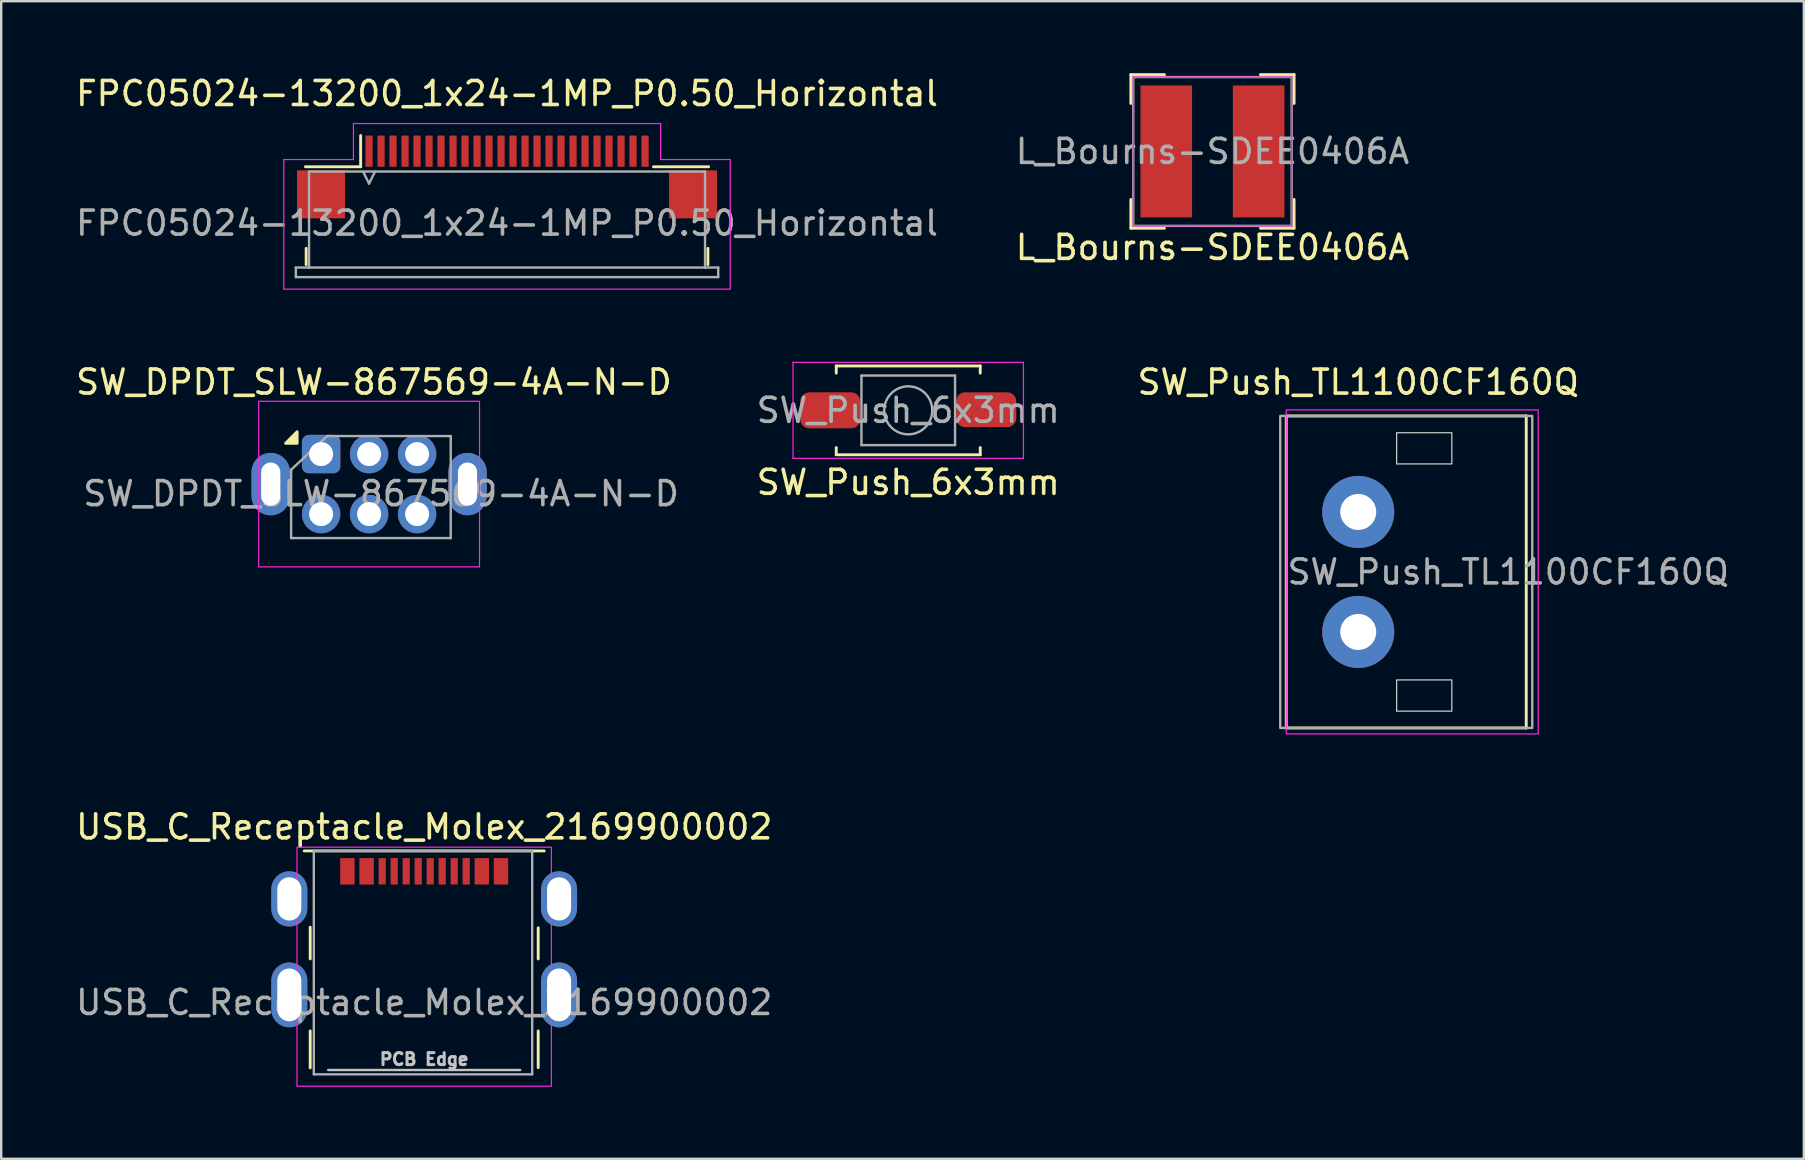
<source format=kicad_pcb>
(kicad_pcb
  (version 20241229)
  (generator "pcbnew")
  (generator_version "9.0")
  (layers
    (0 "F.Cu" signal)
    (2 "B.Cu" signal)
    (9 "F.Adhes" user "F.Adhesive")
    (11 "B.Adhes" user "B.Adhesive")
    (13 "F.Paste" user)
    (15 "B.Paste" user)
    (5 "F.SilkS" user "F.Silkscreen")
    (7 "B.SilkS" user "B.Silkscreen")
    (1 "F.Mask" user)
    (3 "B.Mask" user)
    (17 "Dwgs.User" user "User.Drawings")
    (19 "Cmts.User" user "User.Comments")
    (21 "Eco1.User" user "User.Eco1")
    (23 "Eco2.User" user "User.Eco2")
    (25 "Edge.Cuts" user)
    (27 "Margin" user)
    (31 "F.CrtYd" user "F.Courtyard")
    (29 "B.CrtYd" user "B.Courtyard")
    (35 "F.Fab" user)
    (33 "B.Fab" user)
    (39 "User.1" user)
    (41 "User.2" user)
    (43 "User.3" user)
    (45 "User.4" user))
  (footprint "SW_Push_TL1100CF160Q"
    (layer "F.Cu")
    (at 53.544 20.782)
    (property "Reference" "SW_Push_TL1100CF160Q" (at 0 -7.91 0) (layer "F.SilkS") (effects (font (size 1 1) (thickness 0.15))))
    (attr through_hole)
    (fp_line (start -3 -6.5) (end -3 6.5) (stroke (width 0.12) (type default)) (layer "F.SilkS"))
    (fp_line (start -3 -6.5) (end 7 -6.5) (stroke (width 0.12) (type default)) (layer "F.SilkS"))
    (fp_line (start 7 -6.5) (end 7 6.5) (stroke (width 0.12) (type default)) (layer "F.SilkS"))
    (fp_line (start 7 6.5) (end -3 6.5) (stroke (width 0.12) (type default)) (layer "F.SilkS"))
    (fp_rect (start 1.6 -5.8) (end 3.9 -4.5) (stroke (width 0.05) (type default)) (fill no) (layer "Edge.Cuts"))
    (fp_rect (start 1.6 4.5) (end 3.9 5.8) (stroke (width 0.05) (type default)) (fill no) (layer "Edge.Cuts"))
    (fp_rect (start -3 -6.75) (end 7.5 6.75) (stroke (width 0.05) (type default)) (fill no) (layer "F.CrtYd"))
    (fp_rect (start -3.25 -6.5) (end 7.25 6.5) (stroke (width 0.1) (type default)) (fill no) (layer "F.Fab"))
    (fp_text user "${REFERENCE}" (at 6.25 0 0) (layer "F.Fab") (effects (font (size 1 1) (thickness 0.15))))
    (pad "1" thru_hole circle (at 0 -2.5) (size 3 3) (drill 1.5) (layers "*.Cu" "*.Mask"))
    (pad "2" thru_hole circle (at 0 2.5) (size 3 3) (drill 1.5) (layers "*.Cu" "*.Mask")))
  (footprint "FPC05024-13200_1x24-1MP_P0.50_Horizontal"
    (layer "F.Cu")
    (at 18.077 4.848)
    (property "Reference" "FPC05024-13200_1x24-1MP_P0.50_Horizontal" (at 0 -4 0) (layer "F.SilkS") (effects (font (size 1 1) (thickness 0.15))))
    (attr smd)
    (fp_line (start -8.37 2.45) (end -8.37 3.13) (stroke (width 0.12) (type solid)) (layer "F.SilkS"))
    (fp_line (start -6.1 -0.95) (end -8.4 -0.95) (stroke (width 0.12) (type solid)) (layer "F.SilkS"))
    (fp_line (start -6.1 -0.95) (end -6.1 -2.25) (stroke (width 0.12) (type solid)) (layer "F.SilkS"))
    (fp_line (start 6.1 -0.95) (end 8.4 -0.95) (stroke (width 0.12) (type solid)) (layer "F.SilkS"))
    (fp_line (start 8.37 2.45) (end 8.37 3.13) (stroke (width 0.12) (type solid)) (layer "F.SilkS"))
    (fp_line (start -9.3 -1.25) (end -9.3 4.15) (stroke (width 0.05) (type solid)) (layer "F.CrtYd"))
    (fp_line (start -9.3 4.15) (end 9.3 4.15) (stroke (width 0.05) (type solid)) (layer "F.CrtYd"))
    (fp_line (start -6.4 -2.75) (end -6.4 -1.25) (stroke (width 0.05) (type solid)) (layer "F.CrtYd"))
    (fp_line (start -6.4 -1.25) (end -9.3 -1.25) (stroke (width 0.05) (type solid)) (layer "F.CrtYd"))
    (fp_line (start 6.4 -2.75) (end -6.4 -2.75) (stroke (width 0.05) (type solid)) (layer "F.CrtYd"))
    (fp_line (start 6.4 -1.25) (end 6.4 -2.75) (stroke (width 0.05) (type solid)) (layer "F.CrtYd"))
    (fp_line (start 9.3 -1.25) (end 6.4 -1.25) (stroke (width 0.05) (type solid)) (layer "F.CrtYd"))
    (fp_line (start 9.3 4.15) (end 9.3 -1.25) (stroke (width 0.05) (type solid)) (layer "F.CrtYd"))
    (fp_line (start -8.8 3.25) (end -8.8 3.65) (stroke (width 0.1) (type solid)) (layer "F.Fab"))
    (fp_line (start -8.8 3.65) (end 8.8 3.65) (stroke (width 0.1) (type solid)) (layer "F.Fab"))
    (fp_line (start -8.25 -0.75) (end 8.25 -0.75) (stroke (width 0.1) (type solid)) (layer "F.Fab"))
    (fp_line (start -8.25 3.25) (end -8.8 3.25) (stroke (width 0.1) (type solid)) (layer "F.Fab"))
    (fp_line (start -8.25 3.25) (end -8.25 -0.75) (stroke (width 0.1) (type solid)) (layer "F.Fab"))
    (fp_line (start -6 -0.75) (end -5.75 -0.25) (stroke (width 0.1) (type solid)) (layer "F.Fab"))
    (fp_line (start -5.75 -0.25) (end -5.5 -0.75) (stroke (width 0.1) (type solid)) (layer "F.Fab"))
    (fp_line (start 8.25 3.25) (end -8.25 3.25) (stroke (width 0.1) (type solid)) (layer "F.Fab"))
    (fp_line (start 8.25 3.25) (end 8.25 -0.75) (stroke (width 0.1) (type solid)) (layer "F.Fab"))
    (fp_line (start 8.8 3.25) (end 8.25 3.25) (stroke (width 0.1) (type solid)) (layer "F.Fab"))
    (fp_line (start 8.8 3.65) (end 8.8 3.25) (stroke (width 0.1) (type solid)) (layer "F.Fab"))
    (fp_text user "${REFERENCE}" (at 0 1.4 0) (unlocked yes) (layer "F.Fab") (effects (font (size 1 1) (thickness 0.15))))
    (pad "1" smd rect (at -5.75 -1.6) (size 0.3 1.3) (layers "F.Cu" "F.Mask" "F.Paste"))
    (pad "2" smd rect (at -5.25 -1.6) (size 0.3 1.3) (layers "F.Cu" "F.Mask" "F.Paste"))
    (pad "3" smd rect (at -4.75 -1.6) (size 0.3 1.3) (layers "F.Cu" "F.Mask" "F.Paste"))
    (pad "4" smd rect (at -4.25 -1.6) (size 0.3 1.3) (layers "F.Cu" "F.Mask" "F.Paste"))
    (pad "5" smd rect (at -3.75 -1.6) (size 0.3 1.3) (layers "F.Cu" "F.Mask" "F.Paste"))
    (pad "6" smd rect (at -3.25 -1.6) (size 0.3 1.3) (layers "F.Cu" "F.Mask" "F.Paste"))
    (pad "7" smd rect (at -2.75 -1.6) (size 0.3 1.3) (layers "F.Cu" "F.Mask" "F.Paste"))
    (pad "8" smd rect (at -2.25 -1.6) (size 0.3 1.3) (layers "F.Cu" "F.Mask" "F.Paste"))
    (pad "9" smd rect (at -1.75 -1.6) (size 0.3 1.3) (layers "F.Cu" "F.Mask" "F.Paste"))
    (pad "10" smd rect (at -1.25 -1.6) (size 0.3 1.3) (layers "F.Cu" "F.Mask" "F.Paste"))
    (pad "11" smd rect (at -0.75 -1.6) (size 0.3 1.3) (layers "F.Cu" "F.Mask" "F.Paste"))
    (pad "12" smd rect (at -0.25 -1.6) (size 0.3 1.3) (layers "F.Cu" "F.Mask" "F.Paste"))
    (pad "13" smd rect (at 0.25 -1.6) (size 0.3 1.3) (layers "F.Cu" "F.Mask" "F.Paste"))
    (pad "14" smd rect (at 0.75 -1.6) (size 0.3 1.3) (layers "F.Cu" "F.Mask" "F.Paste"))
    (pad "15" smd rect (at 1.25 -1.6) (size 0.3 1.3) (layers "F.Cu" "F.Mask" "F.Paste"))
    (pad "16" smd rect (at 1.75 -1.6) (size 0.3 1.3) (layers "F.Cu" "F.Mask" "F.Paste"))
    (pad "17" smd rect (at 2.25 -1.6) (size 0.3 1.3) (layers "F.Cu" "F.Mask" "F.Paste"))
    (pad "18" smd rect (at 2.75 -1.6) (size 0.3 1.3) (layers "F.Cu" "F.Mask" "F.Paste"))
    (pad "19" smd rect (at 3.25 -1.6) (size 0.3 1.3) (layers "F.Cu" "F.Mask" "F.Paste"))
    (pad "20" smd rect (at 3.75 -1.6) (size 0.3 1.3) (layers "F.Cu" "F.Mask" "F.Paste"))
    (pad "21" smd rect (at 4.25 -1.6) (size 0.3 1.3) (layers "F.Cu" "F.Mask" "F.Paste"))
    (pad "22" smd rect (at 4.75 -1.6) (size 0.3 1.3) (layers "F.Cu" "F.Mask" "F.Paste"))
    (pad "23" smd rect (at 5.25 -1.6) (size 0.3 1.3) (layers "F.Cu" "F.Mask" "F.Paste"))
    (pad "24" smd rect (at 5.75 -1.6) (size 0.3 1.3) (layers "F.Cu" "F.Mask" "F.Paste"))
    (pad "MP" smd rect (at -7.75 0.2) (size 2 2) (layers "F.Cu" "F.Mask" "F.Paste"))
    (pad "MP" smd rect (at 7.75 0.2) (size 2 2) (layers "F.Cu" "F.Mask" "F.Paste")))
  (footprint "SW_Push_6x3mm"
    (layer "F.Cu")
    (at 34.794 14.048)
    (property "Reference" "SW_Push_6x3mm" (at 0 3 0) (layer "F.SilkS") (effects (font (size 1 1) (thickness 0.15))))
    (attr smd)
    (fp_line (start -3 -1.85) (end 3 -1.85) (stroke (width 0.12) (type solid)) (layer "F.SilkS"))
    (fp_line (start -3 -1.55) (end -3 -1.85) (stroke (width 0.12) (type solid)) (layer "F.SilkS"))
    (fp_line (start -3 1.85) (end -3 1.55) (stroke (width 0.12) (type solid)) (layer "F.SilkS"))
    (fp_line (start 3 -1.85) (end 3 -1.55) (stroke (width 0.12) (type solid)) (layer "F.SilkS"))
    (fp_line (start 3 1.55) (end 3 1.85) (stroke (width 0.12) (type solid)) (layer "F.SilkS"))
    (fp_line (start 3 1.85) (end -3 1.85) (stroke (width 0.12) (type solid)) (layer "F.SilkS"))
    (fp_line (start -4.8 -2) (end 4.8 -2) (stroke (width 0.05) (type solid)) (layer "F.CrtYd"))
    (fp_line (start -4.8 2) (end -4.8 -2) (stroke (width 0.05) (type solid)) (layer "F.CrtYd"))
    (fp_line (start 4.8 -2) (end 4.8 2) (stroke (width 0.05) (type solid)) (layer "F.CrtYd"))
    (fp_line (start 4.8 2) (end -4.8 2) (stroke (width 0.05) (type solid)) (layer "F.CrtYd"))
    (fp_line (start -1.95 -1.45) (end 1.95 -1.45) (stroke (width 0.1) (type solid)) (layer "F.Fab"))
    (fp_line (start -1.95 1.45) (end -1.95 -1.45) (stroke (width 0.1) (type solid)) (layer "F.Fab"))
    (fp_line (start 1.95 -1.45) (end 1.95 1.45) (stroke (width 0.1) (type solid)) (layer "F.Fab"))
    (fp_line (start 1.95 1.45) (end -1.95 1.45) (stroke (width 0.1) (type solid)) (layer "F.Fab"))
    (fp_circle (center 0 0) (end 1 0) (stroke (width 0.1) (type solid)) (fill no) (layer "F.Fab"))
    (fp_text user "${REFERENCE}" (at 0 0 0) (layer "F.Fab") (effects (font (size 1 1) (thickness 0.15))))
    (pad "1" smd roundrect (at -3.25 0) (size 2.5 1.5) (layers "F.Cu" "F.Mask" "F.Paste") (roundrect_rratio 0.25))
    (pad "2" smd roundrect (at 3.25 -0.025) (size 2.5 1.45) (layers "F.Cu" "F.Mask" "F.Paste") (roundrect_rratio 0.25)))
  (footprint "SW_DPDT_SLW-867569-4A-N-D"
    (layer "F.Cu")
    (at 10.33 15.871)
    (property "Reference" "SW_DPDT_SLW-867569-4A-N-D" (at 2.2 -3 0) (layer "F.SilkS") (effects (font (size 1 1) (thickness 0.15))))
    (attr through_hole)
    (fp_poly (pts (xy -1 -0.45) (xy -1.48 -0.45) (xy -1 -0.93) (xy -1 -0.45)) (stroke (width 0.12) (type solid)) (fill yes) (layer "F.SilkS"))
    (fp_rect (start -2.6 -2.2) (end 6.6 4.7) (stroke (width 0.05) (type default)) (fill no) (layer "F.CrtYd"))
    (fp_line (start -1.25 3.5) (end -1.25 0.65) (stroke (width 0.1) (type solid)) (layer "F.Fab"))
    (fp_line (start 0.25 -0.75) (end -1.25 0.65) (stroke (width 0.1) (type solid)) (layer "F.Fab"))
    (fp_line (start 0.25 -0.75) (end 5.4 -0.75) (stroke (width 0.1) (type solid)) (layer "F.Fab"))
    (fp_line (start 5.4 -0.75) (end 5.4 3.5) (stroke (width 0.1) (type solid)) (layer "F.Fab"))
    (fp_line (start 5.4 3.5) (end -1.25 3.5) (stroke (width 0.1) (type solid)) (layer "F.Fab"))
    (fp_text user "${REFERENCE}" (at 2.5 1.65 0) (layer "F.Fab") (effects (font (size 1 1) (thickness 0.15))))
    (pad "" np_thru_hole oval (at -2.1 1.25) (size 1.6 2.6) (drill oval 0.8 1.8) (layers "*.Cu" "*.Mask"))
    (pad "" np_thru_hole oval (at 6.1 1.25) (size 1.6 2.6) (drill oval 0.8 1.8) (layers "*.Cu" "*.Mask"))
    (pad "1" thru_hole roundrect (at 0 0) (size 1.6 1.6) (drill 1) (layers "*.Cu" "*.Mask") (roundrect_rratio 0.179))
    (pad "1" thru_hole circle (at 4 2.5) (size 1.6 1.6) (drill 1) (layers "*.Cu" "*.Mask"))
    (pad "2" thru_hole circle (at 2 0) (size 1.6 1.6) (drill 1) (layers "*.Cu" "*.Mask"))
    (pad "3" thru_hole circle (at 4 0) (size 1.6 1.6) (drill 1) (layers "*.Cu" "*.Mask"))
    (pad "5" thru_hole circle (at 2 2.5) (size 1.6 1.6) (drill 1) (layers "*.Cu" "*.Mask"))
    (pad "6" thru_hole circle (at 0 2.5) (size 1.6 1.6) (drill 1) (layers "*.Cu" "*.Mask")))
  (footprint "USB_C_Receptacle_Molex_2169900002"
    (layer "F.Cu")
    (at 14.625 38.405)
    (property "Reference" "USB_C_Receptacle_Molex_2169900002" (at 0 -7 0) (unlocked yes) (layer "F.SilkS") (effects (font (size 1 1) (thickness 0.15))))
    (attr smd)
    (fp_line (start -5 -6) (end 5 -6) (stroke (width 0.12) (type solid)) (layer "F.SilkS"))
    (fp_line (start -4.75 -2.82) (end -4.75 -1.5) (stroke (width 0.12) (type solid)) (layer "F.SilkS"))
    (fp_line (start -4.75 3.04) (end -4.75 1.5) (stroke (width 0.12) (type solid)) (layer "F.SilkS"))
    (fp_line (start 4.75 -1.5) (end 4.75 -2.795) (stroke (width 0.12) (type solid)) (layer "F.SilkS"))
    (fp_line (start 4.75 3.03) (end 4.75 1.5) (stroke (width 0.12) (type solid)) (layer "F.SilkS"))
    (fp_line (start -4 3.13) (end 4 3.13) (stroke (width 0.1) (type solid)) (layer "Dwgs.User"))
    (fp_rect (start -5.3 -6.155) (end 5.3 3.805) (stroke (width 0.05) (type solid)) (fill no) (layer "F.CrtYd"))
    (fp_line (start -4.6 -6) (end -4.6 3.31) (stroke (width 0.1) (type solid)) (layer "F.Fab"))
    (fp_line (start -4.6 -6) (end 4.5 -6) (stroke (width 0.1) (type solid)) (layer "F.Fab"))
    (fp_line (start -4.6 3.31) (end 4.5 3.31) (stroke (width 0.1) (type solid)) (layer "F.Fab"))
    (fp_line (start 4.5 3.31) (end 4.5 -6) (stroke (width 0.1) (type solid)) (layer "F.Fab"))
    (fp_text user "PCB Edge" (at 0 2.68 0) (unlocked yes) (layer "Dwgs.User") (effects (font (size 0.5 0.5) (thickness 0.125))))
    (fp_text user "${REFERENCE}" (at 0 0.315 0) (unlocked yes) (layer "F.Fab") (effects (font (size 1 1) (thickness 0.15))))
    (pad "A1" smd rect (at -3.2 -5.15) (size 0.6 1.1) (layers "F.Cu" "F.Mask" "F.Paste"))
    (pad "A4" smd rect (at -2.4 -5.15) (size 0.6 1.1) (layers "F.Cu" "F.Mask" "F.Paste"))
    (pad "A5" smd rect (at -1.25 -5.15) (size 0.3 1.1) (layers "F.Cu" "F.Mask" "F.Paste"))
    (pad "A6" smd rect (at -0.25 -5.15) (size 0.3 1.1) (layers "F.Cu" "F.Mask" "F.Paste"))
    (pad "A7" smd rect (at 0.25 -5.15) (size 0.3 1.1) (layers "F.Cu" "F.Mask" "F.Paste"))
    (pad "A8" smd rect (at 1.25 -5.15) (size 0.3 1.1) (layers "F.Cu" "F.Mask" "F.Paste"))
    (pad "A9" smd rect (at 2.4 -5.15) (size 0.6 1.1) (layers "F.Cu" "F.Mask" "F.Paste"))
    (pad "A12" smd rect (at 3.2 -5.15) (size 0.6 1.1) (layers "F.Cu" "F.Mask" "F.Paste"))
    (pad "B5" smd rect (at 1.75 -5.15) (size 0.3 1.1) (layers "F.Cu" "F.Mask" "F.Paste"))
    (pad "B6" smd rect (at 0.75 -5.15) (size 0.3 1.1) (layers "F.Cu" "F.Mask" "F.Paste"))
    (pad "B7" smd rect (at -0.75 -5.15) (size 0.3 1.1) (layers "F.Cu" "F.Mask" "F.Paste"))
    (pad "B8" smd rect (at -1.75 -5.15) (size 0.3 1.1) (layers "F.Cu" "F.Mask" "F.Paste"))
    (pad "S1" thru_hole oval (at -5.62 -4) (size 1.5 2.3) (drill oval 1 1.8) (layers "*.Cu" "*.Mask"))
    (pad "S1" thru_hole oval (at -5.62 0) (size 1.5 2.7) (drill oval 1 2.2) (layers "*.Cu" "*.Mask"))
    (pad "S1" thru_hole oval (at 5.62 -4) (size 1.5 2.3) (drill oval 1 1.8) (layers "*.Cu" "*.Mask"))
    (pad "S1" thru_hole oval (at 5.62 0) (size 1.5 2.7) (drill oval 1 2.2) (layers "*.Cu" "*.Mask"))
    (zone (net_name "") (layers "F.Cu" "Dwgs.User") (hatch full 0.508) (connect_pads) (min_thickness 0.254) (filled_areas_thickness no) (keepout (tracks not_allowed) (vias not_allowed) (pads not_allowed) (copperpour not_allowed) (footprints not_allowed)) (placement (enabled no)) (fill) (polygon (pts (xy 18.125 41.535) (xy 11.125 41.535) (xy 11.125 34.905) (xy 18.125 34.905)))))
  (footprint "L_Bourns-SDEE0406A"
    (layer "F.Cu")
    (at 47.47 3.26)
    (property "Reference" "L_Bourns-SDEE0406A" (at 0 4 0) (layer "F.SilkS") (effects (font (size 1 1) (thickness 0.15))))
    (attr smd)
    (fp_line (start -3.4 -3.2) (end -3.4 -2) (stroke (width 0.12) (type solid)) (layer "F.SilkS"))
    (fp_line (start -3.4 -3.2) (end -2 -3.2) (stroke (width 0.12) (type solid)) (layer "F.SilkS"))
    (fp_line (start -3.4 3.2) (end -3.4 2) (stroke (width 0.12) (type solid)) (layer "F.SilkS"))
    (fp_line (start -3.4 3.2) (end -2 3.2) (stroke (width 0.12) (type solid)) (layer "F.SilkS"))
    (fp_line (start 3.4 -3.2) (end 2 -3.2) (stroke (width 0.12) (type solid)) (layer "F.SilkS"))
    (fp_line (start 3.4 -3.2) (end 3.4 -2) (stroke (width 0.12) (type solid)) (layer "F.SilkS"))
    (fp_line (start 3.4 3.2) (end 2 3.2) (stroke (width 0.12) (type solid)) (layer "F.SilkS"))
    (fp_line (start 3.4 3.2) (end 3.4 2) (stroke (width 0.12) (type solid)) (layer "F.SilkS"))
    (fp_line (start -3.3 -3.1) (end -3.3 3.1) (stroke (width 0.05) (type solid)) (layer "F.CrtYd"))
    (fp_line (start -3.3 -3.1) (end 3.3 -3.1) (stroke (width 0.05) (type solid)) (layer "F.CrtYd"))
    (fp_line (start 3.3 -3.1) (end 3.3 3.1) (stroke (width 0.05) (type solid)) (layer "F.CrtYd"))
    (fp_line (start 3.3 3.1) (end -3.3 3.1) (stroke (width 0.05) (type solid)) (layer "F.CrtYd"))
    (fp_line (start -3.3 -3.1) (end -3.3 3.1) (stroke (width 0.1) (type solid)) (layer "F.Fab"))
    (fp_line (start -3.3 -3.1) (end 3.3 -3.1) (stroke (width 0.1) (type solid)) (layer "F.Fab"))
    (fp_line (start 3.3 -3.1) (end 3.3 3.1) (stroke (width 0.1) (type solid)) (layer "F.Fab"))
    (fp_line (start 3.3 3.1) (end -3.3 3.1) (stroke (width 0.1) (type solid)) (layer "F.Fab"))
    (fp_text user "${REFERENCE}" (at 0 0 0) (layer "F.Fab") (effects (font (size 1 1) (thickness 0.15))))
    (pad "1" smd rect (at -1.925 0) (size 2.15 5.5) (layers "F.Cu" "F.Mask" "F.Paste"))
    (pad "2" smd rect (at 1.925 0) (size 2.15 5.5) (layers "F.Cu" "F.Mask" "F.Paste")))
  (gr_rect
    (start -3 -3)
    (end 72.11 45.235)
    (stroke (width 0.1) (type default))
    (fill no)
    (layer "Edge.Cuts")))
</source>
